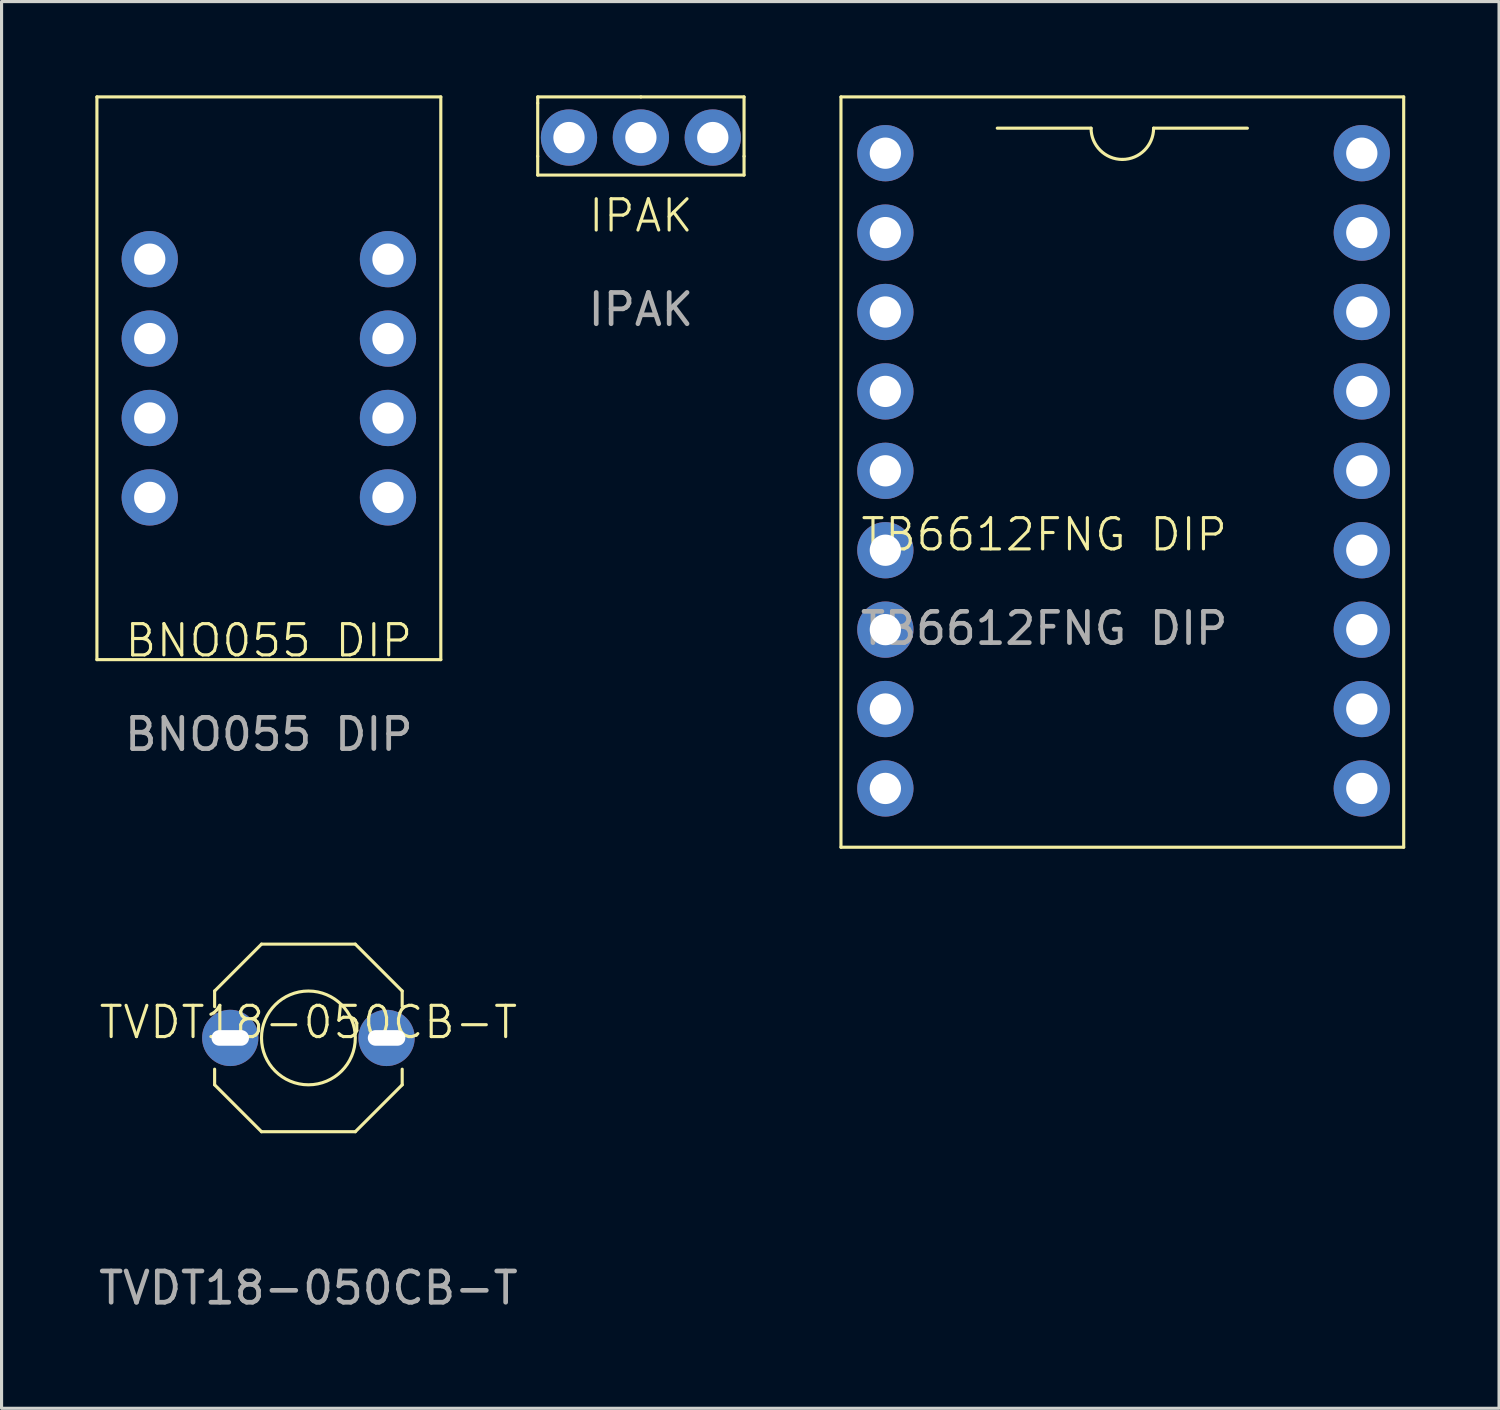
<source format=kicad_pcb>
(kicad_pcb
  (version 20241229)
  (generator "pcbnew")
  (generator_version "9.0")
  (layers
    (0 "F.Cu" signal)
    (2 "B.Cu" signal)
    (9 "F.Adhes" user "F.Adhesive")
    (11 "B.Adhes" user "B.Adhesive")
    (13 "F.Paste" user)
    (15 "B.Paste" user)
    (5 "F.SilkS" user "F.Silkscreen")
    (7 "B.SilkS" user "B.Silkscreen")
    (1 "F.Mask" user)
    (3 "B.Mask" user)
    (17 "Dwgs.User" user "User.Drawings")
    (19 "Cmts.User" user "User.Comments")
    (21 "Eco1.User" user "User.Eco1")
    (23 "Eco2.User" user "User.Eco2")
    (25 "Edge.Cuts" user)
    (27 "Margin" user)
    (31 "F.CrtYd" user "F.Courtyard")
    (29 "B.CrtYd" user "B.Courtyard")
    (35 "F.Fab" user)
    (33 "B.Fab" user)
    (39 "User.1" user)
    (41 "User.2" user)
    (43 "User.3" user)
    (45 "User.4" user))
  (footprint "IPAK"
    (layer "F.Cu")
    (at 17.45 1.35)
    (property "Reference" "IPAK" (at 0 2.5 0) (unlocked yes) (layer "F.SilkS") (effects (font (size 1 1) (thickness 0.1))))
    (attr through_hole)
    (fp_line (start -3.3 -1.3) (end -3.3 -1.1) (stroke (width 0.1) (type default)) (layer "F.SilkS"))
    (fp_line (start -3.3 -1.1) (end -3.3 0.6) (stroke (width 0.1) (type default)) (layer "F.SilkS"))
    (fp_line (start -3.3 1.2) (end -3.3 0.6) (stroke (width 0.1) (type default)) (layer "F.SilkS"))
    (fp_line (start 0 -1.3) (end -3.3 -1.3) (stroke (width 0.1) (type default)) (layer "F.SilkS"))
    (fp_line (start 0 -1.3) (end 3.3 -1.3) (stroke (width 0.1) (type default)) (layer "F.SilkS"))
    (fp_line (start 3.3 -1.3) (end 3.3 0.6) (stroke (width 0.1) (type default)) (layer "F.SilkS"))
    (fp_line (start 3.3 0.6) (end 3.3 1.2) (stroke (width 0.1) (type default)) (layer "F.SilkS"))
    (fp_line (start 3.3 1.2) (end -3.3 1.2) (stroke (width 0.1) (type default)) (layer "F.SilkS"))
    (fp_text user "${REFERENCE}" (at 0 5.5 0) (unlocked yes) (layer "F.Fab") (effects (font (size 1 1) (thickness 0.15))))
    (pad "1" thru_hole circle (at 0 0) (size 1.8 1.8) (drill 1) (layers "*.Cu" "*.Mask"))
    (pad "2" thru_hole circle (at -2.3 0) (size 1.8 1.8) (drill 1) (layers "*.Cu" "*.Mask"))
    (pad "3" thru_hole circle (at 2.3 0) (size 1.8 1.8) (drill 1) (layers "*.Cu" "*.Mask")))
  (footprint "BNO055 DIP"
    (layer "F.Cu")
    (at 5.55 9.05)
    (property "Reference" "BNO055 DIP" (at 0 8.39 0) (unlocked yes) (layer "F.SilkS") (effects (font (size 1 1) (thickness 0.1))))
    (attr through_hole)
    (fp_line (start -5.5 -9) (end -5.5 9) (stroke (width 0.1) (type default)) (layer "F.SilkS"))
    (fp_line (start -5.5 9) (end 5.5 9) (stroke (width 0.1) (type default)) (layer "F.SilkS"))
    (fp_line (start 5.5 -9) (end -5.5 -9) (stroke (width 0.1) (type default)) (layer "F.SilkS"))
    (fp_line (start 5.5 9) (end 5.5 -9) (stroke (width 0.1) (type default)) (layer "F.SilkS"))
    (fp_text user "${REFERENCE}" (at 0 11.39 0) (unlocked yes) (layer "F.Fab") (effects (font (size 1 1) (thickness 0.15))))
    (pad "1" thru_hole circle (at -3.81 -3.81) (size 1.8 1.8) (drill 1) (layers "*.Cu" "*.Mask"))
    (pad "2" thru_hole circle (at -3.81 -1.27) (size 1.8 1.8) (drill 1) (layers "*.Cu" "*.Mask"))
    (pad "3" thru_hole circle (at -3.81 1.27) (size 1.8 1.8) (drill 1) (layers "*.Cu" "*.Mask"))
    (pad "4" thru_hole circle (at -3.81 3.81) (size 1.8 1.8) (drill 1) (layers "*.Cu" "*.Mask"))
    (pad "5" thru_hole circle (at 3.81 3.81) (size 1.8 1.8) (drill 1) (layers "*.Cu" "*.Mask"))
    (pad "6" thru_hole circle (at 3.81 1.27) (size 1.8 1.8) (drill 1) (layers "*.Cu" "*.Mask"))
    (pad "7" thru_hole circle (at 3.81 -1.27) (size 1.8 1.8) (drill 1) (layers "*.Cu" "*.Mask"))
    (pad "8" thru_hole circle (at 3.81 -3.81) (size 1.8 1.8) (drill 1) (layers "*.Cu" "*.Mask")))
  (footprint "TVDT18-050CB-T"
    (layer "F.Cu")
    (at 6.815 30.15)
    (property "Reference" "TVDT18-050CB-T" (at 0 -0.5 0) (unlocked yes) (layer "F.SilkS") (effects (font (size 1 1) (thickness 0.1))))
    (attr through_hole)
    (fp_line (start -3 -1.5) (end -3 -1) (stroke (width 0.1) (type default)) (layer "F.SilkS"))
    (fp_line (start -3 -1.5) (end -1.5 -3) (stroke (width 0.1) (type default)) (layer "F.SilkS"))
    (fp_line (start -3 1.5) (end -3 1) (stroke (width 0.1) (type default)) (layer "F.SilkS"))
    (fp_line (start -3 1.5) (end -1.5 3) (stroke (width 0.1) (type default)) (layer "F.SilkS"))
    (fp_line (start -1.5 -3) (end 1.5 -3) (stroke (width 0.1) (type default)) (layer "F.SilkS"))
    (fp_line (start -1.5 3) (end 1.5 3) (stroke (width 0.1) (type default)) (layer "F.SilkS"))
    (fp_line (start 1.5 3) (end 3 1.5) (stroke (width 0.1) (type default)) (layer "F.SilkS"))
    (fp_line (start 3 -1.5) (end 1.5 -3) (stroke (width 0.1) (type default)) (layer "F.SilkS"))
    (fp_line (start 3 -1.5) (end 3 -1) (stroke (width 0.1) (type default)) (layer "F.SilkS"))
    (fp_line (start 3 1.5) (end 3 1) (stroke (width 0.1) (type default)) (layer "F.SilkS"))
    (fp_circle (center 0 0) (end 1.5 0) (stroke (width 0.1) (type default)) (fill no) (layer "F.SilkS"))
    (fp_text user "${REFERENCE}" (at 0 8 0) (unlocked yes) (layer "F.Fab") (effects (font (size 1 1) (thickness 0.15))))
    (pad "1" thru_hole circle (at -2.5 0) (size 1.8 1.8) (drill oval 1.2 0.5) (layers "*.Cu" "*.Mask"))
    (pad "2" thru_hole circle (at 2.5 0) (size 1.8 1.8) (drill oval 1.2 0.5) (layers "*.Cu" "*.Mask")))
  (footprint "TB6612FNG DIP"
    (layer "F.Cu")
    (at 32.85 13.05)
    (property "Reference" "TB6612FNG DIP" (at -2.5 1 0) (unlocked yes) (layer "F.SilkS") (effects (font (size 1 1) (thickness 0.1))))
    (attr through_hole)
    (fp_line (start -9 -13) (end 9 -13) (stroke (width 0.1) (type default)) (layer "F.SilkS"))
    (fp_line (start -9 11) (end -9 -13) (stroke (width 0.1) (type default)) (layer "F.SilkS"))
    (fp_line (start -4 -12) (end -1 -12) (stroke (width 0.1) (type default)) (layer "F.SilkS"))
    (fp_line (start 1 -12) (end 4 -12) (stroke (width 0.1) (type default)) (layer "F.SilkS"))
    (fp_line (start 9 -13) (end 9 11) (stroke (width 0.1) (type default)) (layer "F.SilkS"))
    (fp_line (start 9 11) (end -9 11) (stroke (width 0.1) (type default)) (layer "F.SilkS"))
    (fp_arc (start 0 -11) (mid -0.707107 -11.292893) (end -1 -12) (stroke (width 0.1) (type default)) (layer "F.SilkS"))
    (fp_arc (start 1 -12) (mid 0.707107 -11.292893) (end 0 -11) (stroke (width 0.1) (type default)) (layer "F.SilkS"))
    (fp_text user "${REFERENCE}" (at -2.5 4 0) (unlocked yes) (layer "F.Fab") (effects (font (size 1 1) (thickness 0.15))))
    (pad "1" thru_hole circle (at -7.58 -11.2) (size 1.8 1.8) (drill 1) (layers "*.Cu" "*.Mask"))
    (pad "2" thru_hole circle (at -7.58 -8.66) (size 1.8 1.8) (drill 1) (layers "*.Cu" "*.Mask"))
    (pad "3" thru_hole circle (at -7.58 -6.12) (size 1.8 1.8) (drill 1) (layers "*.Cu" "*.Mask"))
    (pad "4" thru_hole circle (at -7.58 -3.58) (size 1.8 1.8) (drill 1) (layers "*.Cu" "*.Mask"))
    (pad "5" thru_hole circle (at -7.58 -1.04) (size 1.8 1.8) (drill 1) (layers "*.Cu" "*.Mask"))
    (pad "6" thru_hole circle (at -7.58 1.5) (size 1.8 1.8) (drill 1) (layers "*.Cu" "*.Mask"))
    (pad "7" thru_hole circle (at -7.58 4.04) (size 1.8 1.8) (drill 1) (layers "*.Cu" "*.Mask"))
    (pad "8" thru_hole circle (at -7.58 6.58) (size 1.8 1.8) (drill 1) (layers "*.Cu" "*.Mask"))
    (pad "9" thru_hole circle (at -7.58 9.12) (size 1.8 1.8) (drill 1) (layers "*.Cu" "*.Mask"))
    (pad "10" thru_hole circle (at 7.66 9.12) (size 1.8 1.8) (drill 1) (layers "*.Cu" "*.Mask"))
    (pad "11" thru_hole circle (at 7.66 6.58) (size 1.8 1.8) (drill 1) (layers "*.Cu" "*.Mask"))
    (pad "12" thru_hole circle (at 7.66 4.04) (size 1.8 1.8) (drill 1) (layers "*.Cu" "*.Mask"))
    (pad "13" thru_hole circle (at 7.66 1.5) (size 1.8 1.8) (drill 1) (layers "*.Cu" "*.Mask"))
    (pad "14" thru_hole circle (at 7.66 -1.04) (size 1.8 1.8) (drill 1) (layers "*.Cu" "*.Mask"))
    (pad "15" thru_hole circle (at 7.66 -3.58) (size 1.8 1.8) (drill 1) (layers "*.Cu" "*.Mask"))
    (pad "16" thru_hole circle (at 7.66 -6.12) (size 1.8 1.8) (drill 1) (layers "*.Cu" "*.Mask"))
    (pad "17" thru_hole circle (at 7.66 -8.66) (size 1.8 1.8) (drill 1) (layers "*.Cu" "*.Mask"))
    (pad "18" thru_hole circle (at 7.66 -11.2) (size 1.8 1.8) (drill 1) (layers "*.Cu" "*.Mask")))
  (gr_rect
    (start -3 -3)
    (end 44.9 41.998)
    (stroke (width 0.1) (type default))
    (fill no)
    (layer "Edge.Cuts")))
</source>
